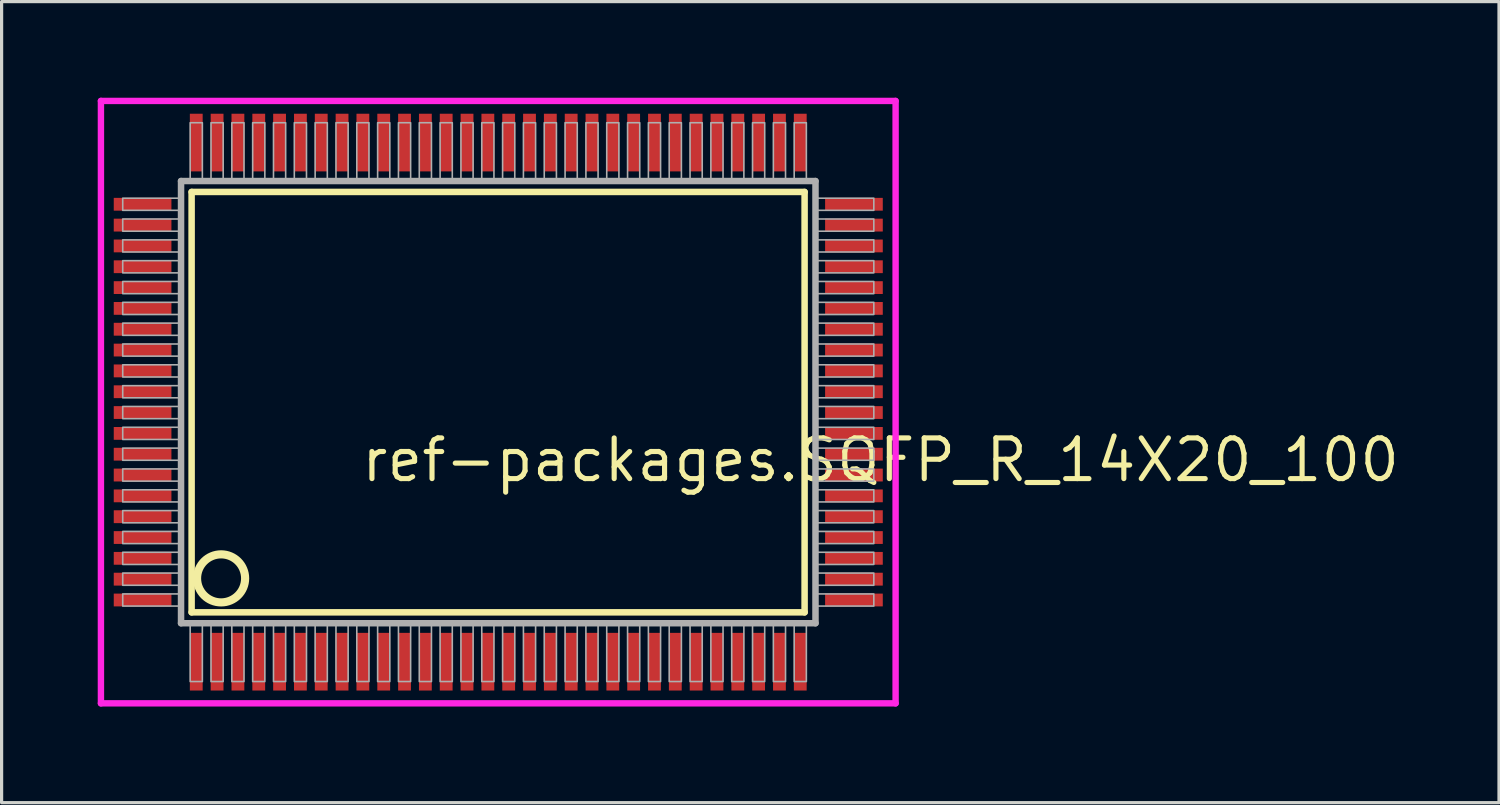
<source format=kicad_pcb>
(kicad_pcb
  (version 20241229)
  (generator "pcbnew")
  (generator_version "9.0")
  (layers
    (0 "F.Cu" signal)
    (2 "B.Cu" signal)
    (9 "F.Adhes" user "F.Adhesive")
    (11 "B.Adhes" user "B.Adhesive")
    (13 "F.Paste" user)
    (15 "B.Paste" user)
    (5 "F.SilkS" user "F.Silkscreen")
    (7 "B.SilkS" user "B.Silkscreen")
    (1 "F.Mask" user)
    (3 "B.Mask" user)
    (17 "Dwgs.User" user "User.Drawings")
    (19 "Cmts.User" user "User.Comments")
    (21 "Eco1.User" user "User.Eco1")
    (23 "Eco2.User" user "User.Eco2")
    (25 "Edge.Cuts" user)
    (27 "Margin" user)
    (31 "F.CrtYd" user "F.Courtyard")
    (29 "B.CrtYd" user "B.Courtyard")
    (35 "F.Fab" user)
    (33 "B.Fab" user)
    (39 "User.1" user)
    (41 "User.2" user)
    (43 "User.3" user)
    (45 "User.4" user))
  (footprint "ref-packages.SQFP_R_14X20_100"
    (layer "F.Cu")
    (at 12.5 9.5)
    (property "Reference" "ref-packages.SQFP_R_14X20_100" (at -4.35 2.55 0) (layer "F.SilkS") (effects (font (size 1.27 1.27) (thickness 0.16)) (justify left bottom)))
    (attr smd)
    (fp_line (start -9.57 -6.56) (end 9.56 -6.56) (stroke (width 0.203) (type default)) (layer "F.SilkS"))
    (fp_line (start -9.57 6.56) (end -9.57 -6.56) (stroke (width 0.203) (type default)) (layer "F.SilkS"))
    (fp_line (start 9.56 -6.56) (end 9.56 6.56) (stroke (width 0.203) (type default)) (layer "F.SilkS"))
    (fp_line (start 9.56 6.56) (end -9.57 6.56) (stroke (width 0.203) (type default)) (layer "F.SilkS"))
    (fp_circle (center -8.65 5.5) (end -7.9 5.5) (stroke (width 0.254) (type default)) (fill no) (layer "F.SilkS"))
    (fp_line (start -12.4 -9.4) (end 12.4 -9.4) (stroke (width 0.2) (type default)) (layer "F.CrtYd"))
    (fp_line (start -12.4 9.4) (end -12.4 -9.4) (stroke (width 0.2) (type default)) (layer "F.CrtYd"))
    (fp_line (start 12.4 -9.4) (end 12.4 9.4) (stroke (width 0.2) (type default)) (layer "F.CrtYd"))
    (fp_line (start 12.4 9.4) (end -12.4 9.4) (stroke (width 0.2) (type default)) (layer "F.CrtYd"))
    (fp_line (start -9.9 -6.9) (end -9.9 6.9) (stroke (width 0.203) (type default)) (layer "F.Fab"))
    (fp_line (start -9.9 6.9) (end 9.9 6.9) (stroke (width 0.203) (type default)) (layer "F.Fab"))
    (fp_line (start 9.9 -6.9) (end -9.9 -6.9) (stroke (width 0.203) (type default)) (layer "F.Fab"))
    (fp_line (start 9.9 6.9) (end 9.9 -6.9) (stroke (width 0.203) (type default)) (layer "F.Fab"))
    (fp_rect (start -11.72 -5.985) (end -9.95 -6.365) (stroke (width 0.05) (type default)) (fill no) (layer "F.Fab"))
    (fp_rect (start -11.72 -5.335) (end -9.95 -5.715) (stroke (width 0.05) (type default)) (fill no) (layer "F.Fab"))
    (fp_rect (start -11.72 -4.685) (end -9.95 -5.065) (stroke (width 0.05) (type default)) (fill no) (layer "F.Fab"))
    (fp_rect (start -11.72 -4.035) (end -9.95 -4.415) (stroke (width 0.05) (type default)) (fill no) (layer "F.Fab"))
    (fp_rect (start -11.72 -3.385) (end -9.95 -3.765) (stroke (width 0.05) (type default)) (fill no) (layer "F.Fab"))
    (fp_rect (start -11.72 -2.735) (end -9.95 -3.115) (stroke (width 0.05) (type default)) (fill no) (layer "F.Fab"))
    (fp_rect (start -11.72 -2.085) (end -9.95 -2.465) (stroke (width 0.05) (type default)) (fill no) (layer "F.Fab"))
    (fp_rect (start -11.72 -1.435) (end -9.95 -1.815) (stroke (width 0.05) (type default)) (fill no) (layer "F.Fab"))
    (fp_rect (start -11.72 -0.785) (end -9.95 -1.165) (stroke (width 0.05) (type default)) (fill no) (layer "F.Fab"))
    (fp_rect (start -11.72 -0.135) (end -9.95 -0.515) (stroke (width 0.05) (type default)) (fill no) (layer "F.Fab"))
    (fp_rect (start -11.72 0.515) (end -9.95 0.135) (stroke (width 0.05) (type default)) (fill no) (layer "F.Fab"))
    (fp_rect (start -11.72 1.165) (end -9.95 0.785) (stroke (width 0.05) (type default)) (fill no) (layer "F.Fab"))
    (fp_rect (start -11.72 1.815) (end -9.95 1.435) (stroke (width 0.05) (type default)) (fill no) (layer "F.Fab"))
    (fp_rect (start -11.72 2.465) (end -9.95 2.085) (stroke (width 0.05) (type default)) (fill no) (layer "F.Fab"))
    (fp_rect (start -11.72 3.115) (end -9.95 2.735) (stroke (width 0.05) (type default)) (fill no) (layer "F.Fab"))
    (fp_rect (start -11.72 3.765) (end -9.95 3.385) (stroke (width 0.05) (type default)) (fill no) (layer "F.Fab"))
    (fp_rect (start -11.72 4.415) (end -9.95 4.035) (stroke (width 0.05) (type default)) (fill no) (layer "F.Fab"))
    (fp_rect (start -11.72 5.065) (end -9.95 4.685) (stroke (width 0.05) (type default)) (fill no) (layer "F.Fab"))
    (fp_rect (start -11.72 5.715) (end -9.95 5.335) (stroke (width 0.05) (type default)) (fill no) (layer "F.Fab"))
    (fp_rect (start -11.72 6.365) (end -9.95 5.985) (stroke (width 0.05) (type default)) (fill no) (layer "F.Fab"))
    (fp_rect (start -9.615 -6.95) (end -9.235 -8.72) (stroke (width 0.05) (type default)) (fill no) (layer "F.Fab"))
    (fp_rect (start -9.615 8.72) (end -9.235 6.95) (stroke (width 0.05) (type default)) (fill no) (layer "F.Fab"))
    (fp_rect (start -8.965 -6.95) (end -8.585 -8.72) (stroke (width 0.05) (type default)) (fill no) (layer "F.Fab"))
    (fp_rect (start -8.965 8.72) (end -8.585 6.95) (stroke (width 0.05) (type default)) (fill no) (layer "F.Fab"))
    (fp_rect (start -8.315 -6.95) (end -7.935 -8.72) (stroke (width 0.05) (type default)) (fill no) (layer "F.Fab"))
    (fp_rect (start -8.315 8.72) (end -7.935 6.95) (stroke (width 0.05) (type default)) (fill no) (layer "F.Fab"))
    (fp_rect (start -7.665 -6.95) (end -7.285 -8.72) (stroke (width 0.05) (type default)) (fill no) (layer "F.Fab"))
    (fp_rect (start -7.665 8.72) (end -7.285 6.95) (stroke (width 0.05) (type default)) (fill no) (layer "F.Fab"))
    (fp_rect (start -7.015 -6.95) (end -6.635 -8.72) (stroke (width 0.05) (type default)) (fill no) (layer "F.Fab"))
    (fp_rect (start -7.015 8.72) (end -6.635 6.95) (stroke (width 0.05) (type default)) (fill no) (layer "F.Fab"))
    (fp_rect (start -6.365 -6.95) (end -5.985 -8.72) (stroke (width 0.05) (type default)) (fill no) (layer "F.Fab"))
    (fp_rect (start -6.365 8.72) (end -5.985 6.95) (stroke (width 0.05) (type default)) (fill no) (layer "F.Fab"))
    (fp_rect (start -5.715 -6.95) (end -5.335 -8.72) (stroke (width 0.05) (type default)) (fill no) (layer "F.Fab"))
    (fp_rect (start -5.715 8.72) (end -5.335 6.95) (stroke (width 0.05) (type default)) (fill no) (layer "F.Fab"))
    (fp_rect (start -5.065 -6.95) (end -4.685 -8.72) (stroke (width 0.05) (type default)) (fill no) (layer "F.Fab"))
    (fp_rect (start -5.065 8.72) (end -4.685 6.95) (stroke (width 0.05) (type default)) (fill no) (layer "F.Fab"))
    (fp_rect (start -4.415 -6.95) (end -4.035 -8.72) (stroke (width 0.05) (type default)) (fill no) (layer "F.Fab"))
    (fp_rect (start -4.415 8.72) (end -4.035 6.95) (stroke (width 0.05) (type default)) (fill no) (layer "F.Fab"))
    (fp_rect (start -3.765 -6.95) (end -3.385 -8.72) (stroke (width 0.05) (type default)) (fill no) (layer "F.Fab"))
    (fp_rect (start -3.765 8.72) (end -3.385 6.95) (stroke (width 0.05) (type default)) (fill no) (layer "F.Fab"))
    (fp_rect (start -3.115 -6.95) (end -2.735 -8.72) (stroke (width 0.05) (type default)) (fill no) (layer "F.Fab"))
    (fp_rect (start -3.115 8.72) (end -2.735 6.95) (stroke (width 0.05) (type default)) (fill no) (layer "F.Fab"))
    (fp_rect (start -2.465 -6.95) (end -2.085 -8.72) (stroke (width 0.05) (type default)) (fill no) (layer "F.Fab"))
    (fp_rect (start -2.465 8.72) (end -2.085 6.95) (stroke (width 0.05) (type default)) (fill no) (layer "F.Fab"))
    (fp_rect (start -1.815 -6.95) (end -1.435 -8.72) (stroke (width 0.05) (type default)) (fill no) (layer "F.Fab"))
    (fp_rect (start -1.815 8.72) (end -1.435 6.95) (stroke (width 0.05) (type default)) (fill no) (layer "F.Fab"))
    (fp_rect (start -1.165 -6.95) (end -0.785 -8.72) (stroke (width 0.05) (type default)) (fill no) (layer "F.Fab"))
    (fp_rect (start -1.165 8.72) (end -0.785 6.95) (stroke (width 0.05) (type default)) (fill no) (layer "F.Fab"))
    (fp_rect (start -0.515 -6.95) (end -0.135 -8.72) (stroke (width 0.05) (type default)) (fill no) (layer "F.Fab"))
    (fp_rect (start -0.515 8.72) (end -0.135 6.95) (stroke (width 0.05) (type default)) (fill no) (layer "F.Fab"))
    (fp_rect (start 0.135 -6.95) (end 0.515 -8.72) (stroke (width 0.05) (type default)) (fill no) (layer "F.Fab"))
    (fp_rect (start 0.135 8.72) (end 0.515 6.95) (stroke (width 0.05) (type default)) (fill no) (layer "F.Fab"))
    (fp_rect (start 0.785 -6.95) (end 1.165 -8.72) (stroke (width 0.05) (type default)) (fill no) (layer "F.Fab"))
    (fp_rect (start 0.785 8.72) (end 1.165 6.95) (stroke (width 0.05) (type default)) (fill no) (layer "F.Fab"))
    (fp_rect (start 1.435 -6.95) (end 1.815 -8.72) (stroke (width 0.05) (type default)) (fill no) (layer "F.Fab"))
    (fp_rect (start 1.435 8.72) (end 1.815 6.95) (stroke (width 0.05) (type default)) (fill no) (layer "F.Fab"))
    (fp_rect (start 2.085 -6.95) (end 2.465 -8.72) (stroke (width 0.05) (type default)) (fill no) (layer "F.Fab"))
    (fp_rect (start 2.085 8.72) (end 2.465 6.95) (stroke (width 0.05) (type default)) (fill no) (layer "F.Fab"))
    (fp_rect (start 2.735 -6.95) (end 3.115 -8.72) (stroke (width 0.05) (type default)) (fill no) (layer "F.Fab"))
    (fp_rect (start 2.735 8.72) (end 3.115 6.95) (stroke (width 0.05) (type default)) (fill no) (layer "F.Fab"))
    (fp_rect (start 3.385 -6.95) (end 3.765 -8.72) (stroke (width 0.05) (type default)) (fill no) (layer "F.Fab"))
    (fp_rect (start 3.385 8.72) (end 3.765 6.95) (stroke (width 0.05) (type default)) (fill no) (layer "F.Fab"))
    (fp_rect (start 4.035 -6.95) (end 4.415 -8.72) (stroke (width 0.05) (type default)) (fill no) (layer "F.Fab"))
    (fp_rect (start 4.035 8.72) (end 4.415 6.95) (stroke (width 0.05) (type default)) (fill no) (layer "F.Fab"))
    (fp_rect (start 4.685 -6.95) (end 5.065 -8.72) (stroke (width 0.05) (type default)) (fill no) (layer "F.Fab"))
    (fp_rect (start 4.685 8.72) (end 5.065 6.95) (stroke (width 0.05) (type default)) (fill no) (layer "F.Fab"))
    (fp_rect (start 5.335 -6.95) (end 5.715 -8.72) (stroke (width 0.05) (type default)) (fill no) (layer "F.Fab"))
    (fp_rect (start 5.335 8.72) (end 5.715 6.95) (stroke (width 0.05) (type default)) (fill no) (layer "F.Fab"))
    (fp_rect (start 5.985 -6.95) (end 6.365 -8.72) (stroke (width 0.05) (type default)) (fill no) (layer "F.Fab"))
    (fp_rect (start 5.985 8.72) (end 6.365 6.95) (stroke (width 0.05) (type default)) (fill no) (layer "F.Fab"))
    (fp_rect (start 6.635 -6.95) (end 7.015 -8.72) (stroke (width 0.05) (type default)) (fill no) (layer "F.Fab"))
    (fp_rect (start 6.635 8.72) (end 7.015 6.95) (stroke (width 0.05) (type default)) (fill no) (layer "F.Fab"))
    (fp_rect (start 7.285 -6.95) (end 7.665 -8.72) (stroke (width 0.05) (type default)) (fill no) (layer "F.Fab"))
    (fp_rect (start 7.285 8.72) (end 7.665 6.95) (stroke (width 0.05) (type default)) (fill no) (layer "F.Fab"))
    (fp_rect (start 7.935 -6.95) (end 8.315 -8.72) (stroke (width 0.05) (type default)) (fill no) (layer "F.Fab"))
    (fp_rect (start 7.935 8.72) (end 8.315 6.95) (stroke (width 0.05) (type default)) (fill no) (layer "F.Fab"))
    (fp_rect (start 8.585 -6.95) (end 8.965 -8.72) (stroke (width 0.05) (type default)) (fill no) (layer "F.Fab"))
    (fp_rect (start 8.585 8.72) (end 8.965 6.95) (stroke (width 0.05) (type default)) (fill no) (layer "F.Fab"))
    (fp_rect (start 9.235 -6.95) (end 9.615 -8.72) (stroke (width 0.05) (type default)) (fill no) (layer "F.Fab"))
    (fp_rect (start 9.235 8.72) (end 9.615 6.95) (stroke (width 0.05) (type default)) (fill no) (layer "F.Fab"))
    (fp_rect (start 9.95 -5.985) (end 11.72 -6.365) (stroke (width 0.05) (type default)) (fill no) (layer "F.Fab"))
    (fp_rect (start 9.95 -5.335) (end 11.72 -5.715) (stroke (width 0.05) (type default)) (fill no) (layer "F.Fab"))
    (fp_rect (start 9.95 -4.685) (end 11.72 -5.065) (stroke (width 0.05) (type default)) (fill no) (layer "F.Fab"))
    (fp_rect (start 9.95 -4.035) (end 11.72 -4.415) (stroke (width 0.05) (type default)) (fill no) (layer "F.Fab"))
    (fp_rect (start 9.95 -3.385) (end 11.72 -3.765) (stroke (width 0.05) (type default)) (fill no) (layer "F.Fab"))
    (fp_rect (start 9.95 -2.735) (end 11.72 -3.115) (stroke (width 0.05) (type default)) (fill no) (layer "F.Fab"))
    (fp_rect (start 9.95 -2.085) (end 11.72 -2.465) (stroke (width 0.05) (type default)) (fill no) (layer "F.Fab"))
    (fp_rect (start 9.95 -1.435) (end 11.72 -1.815) (stroke (width 0.05) (type default)) (fill no) (layer "F.Fab"))
    (fp_rect (start 9.95 -0.785) (end 11.72 -1.165) (stroke (width 0.05) (type default)) (fill no) (layer "F.Fab"))
    (fp_rect (start 9.95 -0.135) (end 11.72 -0.515) (stroke (width 0.05) (type default)) (fill no) (layer "F.Fab"))
    (fp_rect (start 9.95 0.515) (end 11.72 0.135) (stroke (width 0.05) (type default)) (fill no) (layer "F.Fab"))
    (fp_rect (start 9.95 1.165) (end 11.72 0.785) (stroke (width 0.05) (type default)) (fill no) (layer "F.Fab"))
    (fp_rect (start 9.95 1.815) (end 11.72 1.435) (stroke (width 0.05) (type default)) (fill no) (layer "F.Fab"))
    (fp_rect (start 9.95 2.465) (end 11.72 2.085) (stroke (width 0.05) (type default)) (fill no) (layer "F.Fab"))
    (fp_rect (start 9.95 3.115) (end 11.72 2.735) (stroke (width 0.05) (type default)) (fill no) (layer "F.Fab"))
    (fp_rect (start 9.95 3.765) (end 11.72 3.385) (stroke (width 0.05) (type default)) (fill no) (layer "F.Fab"))
    (fp_rect (start 9.95 4.415) (end 11.72 4.035) (stroke (width 0.05) (type default)) (fill no) (layer "F.Fab"))
    (fp_rect (start 9.95 5.065) (end 11.72 4.685) (stroke (width 0.05) (type default)) (fill no) (layer "F.Fab"))
    (fp_rect (start 9.95 5.715) (end 11.72 5.335) (stroke (width 0.05) (type default)) (fill no) (layer "F.Fab"))
    (fp_rect (start 9.95 6.365) (end 11.72 5.985) (stroke (width 0.05) (type default)) (fill no) (layer "F.Fab"))
    (pad "1" smd roundrect (at -9.425 8.1) (size 0.4 1.8) (layers "F.Cu" "F.Mask" "F.Paste") (roundrect_rratio 0.01))
    (pad "2" smd roundrect (at -8.775 8.1) (size 0.4 1.8) (layers "F.Cu" "F.Mask" "F.Paste") (roundrect_rratio 0.01))
    (pad "3" smd roundrect (at -8.125 8.1) (size 0.4 1.8) (layers "F.Cu" "F.Mask" "F.Paste") (roundrect_rratio 0.01))
    (pad "4" smd roundrect (at -7.475 8.1) (size 0.4 1.8) (layers "F.Cu" "F.Mask" "F.Paste") (roundrect_rratio 0.01))
    (pad "5" smd roundrect (at -6.825 8.1) (size 0.4 1.8) (layers "F.Cu" "F.Mask" "F.Paste") (roundrect_rratio 0.01))
    (pad "6" smd roundrect (at -6.175 8.1) (size 0.4 1.8) (layers "F.Cu" "F.Mask" "F.Paste") (roundrect_rratio 0.01))
    (pad "7" smd roundrect (at -5.525 8.1) (size 0.4 1.8) (layers "F.Cu" "F.Mask" "F.Paste") (roundrect_rratio 0.01))
    (pad "8" smd roundrect (at -4.875 8.1) (size 0.4 1.8) (layers "F.Cu" "F.Mask" "F.Paste") (roundrect_rratio 0.01))
    (pad "9" smd roundrect (at -4.225 8.1) (size 0.4 1.8) (layers "F.Cu" "F.Mask" "F.Paste") (roundrect_rratio 0.01))
    (pad "10" smd roundrect (at -3.575 8.1) (size 0.4 1.8) (layers "F.Cu" "F.Mask" "F.Paste") (roundrect_rratio 0.01))
    (pad "11" smd roundrect (at -2.925 8.1) (size 0.4 1.8) (layers "F.Cu" "F.Mask" "F.Paste") (roundrect_rratio 0.01))
    (pad "12" smd roundrect (at -2.275 8.1) (size 0.4 1.8) (layers "F.Cu" "F.Mask" "F.Paste") (roundrect_rratio 0.01))
    (pad "13" smd roundrect (at -1.625 8.1) (size 0.4 1.8) (layers "F.Cu" "F.Mask" "F.Paste") (roundrect_rratio 0.01))
    (pad "14" smd roundrect (at -0.975 8.1) (size 0.4 1.8) (layers "F.Cu" "F.Mask" "F.Paste") (roundrect_rratio 0.01))
    (pad "15" smd roundrect (at -0.325 8.1) (size 0.4 1.8) (layers "F.Cu" "F.Mask" "F.Paste") (roundrect_rratio 0.01))
    (pad "16" smd roundrect (at 0.325 8.1) (size 0.4 1.8) (layers "F.Cu" "F.Mask" "F.Paste") (roundrect_rratio 0.01))
    (pad "17" smd roundrect (at 0.975 8.1) (size 0.4 1.8) (layers "F.Cu" "F.Mask" "F.Paste") (roundrect_rratio 0.01))
    (pad "18" smd roundrect (at 1.625 8.1) (size 0.4 1.8) (layers "F.Cu" "F.Mask" "F.Paste") (roundrect_rratio 0.01))
    (pad "19" smd roundrect (at 2.275 8.1) (size 0.4 1.8) (layers "F.Cu" "F.Mask" "F.Paste") (roundrect_rratio 0.01))
    (pad "20" smd roundrect (at 2.925 8.1) (size 0.4 1.8) (layers "F.Cu" "F.Mask" "F.Paste") (roundrect_rratio 0.01))
    (pad "21" smd roundrect (at 3.575 8.1) (size 0.4 1.8) (layers "F.Cu" "F.Mask" "F.Paste") (roundrect_rratio 0.01))
    (pad "22" smd roundrect (at 4.225 8.1) (size 0.4 1.8) (layers "F.Cu" "F.Mask" "F.Paste") (roundrect_rratio 0.01))
    (pad "23" smd roundrect (at 4.875 8.1) (size 0.4 1.8) (layers "F.Cu" "F.Mask" "F.Paste") (roundrect_rratio 0.01))
    (pad "24" smd roundrect (at 5.525 8.1) (size 0.4 1.8) (layers "F.Cu" "F.Mask" "F.Paste") (roundrect_rratio 0.01))
    (pad "25" smd roundrect (at 6.175 8.1) (size 0.4 1.8) (layers "F.Cu" "F.Mask" "F.Paste") (roundrect_rratio 0.01))
    (pad "26" smd roundrect (at 6.825 8.1) (size 0.4 1.8) (layers "F.Cu" "F.Mask" "F.Paste") (roundrect_rratio 0.01))
    (pad "27" smd roundrect (at 7.475 8.1) (size 0.4 1.8) (layers "F.Cu" "F.Mask" "F.Paste") (roundrect_rratio 0.01))
    (pad "28" smd roundrect (at 8.125 8.1) (size 0.4 1.8) (layers "F.Cu" "F.Mask" "F.Paste") (roundrect_rratio 0.01))
    (pad "29" smd roundrect (at 8.775 8.1) (size 0.4 1.8) (layers "F.Cu" "F.Mask" "F.Paste") (roundrect_rratio 0.01))
    (pad "30" smd roundrect (at 9.425 8.1) (size 0.4 1.8) (layers "F.Cu" "F.Mask" "F.Paste") (roundrect_rratio 0.01))
    (pad "31" smd roundrect (at 11.1 6.175) (size 1.8 0.4) (layers "F.Cu" "F.Mask" "F.Paste") (roundrect_rratio 0.01))
    (pad "32" smd roundrect (at 11.1 5.525) (size 1.8 0.4) (layers "F.Cu" "F.Mask" "F.Paste") (roundrect_rratio 0.01))
    (pad "33" smd roundrect (at 11.1 4.875) (size 1.8 0.4) (layers "F.Cu" "F.Mask" "F.Paste") (roundrect_rratio 0.01))
    (pad "34" smd roundrect (at 11.1 4.225) (size 1.8 0.4) (layers "F.Cu" "F.Mask" "F.Paste") (roundrect_rratio 0.01))
    (pad "35" smd roundrect (at 11.1 3.575) (size 1.8 0.4) (layers "F.Cu" "F.Mask" "F.Paste") (roundrect_rratio 0.01))
    (pad "36" smd roundrect (at 11.1 2.925) (size 1.8 0.4) (layers "F.Cu" "F.Mask" "F.Paste") (roundrect_rratio 0.01))
    (pad "37" smd roundrect (at 11.1 2.275) (size 1.8 0.4) (layers "F.Cu" "F.Mask" "F.Paste") (roundrect_rratio 0.01))
    (pad "38" smd roundrect (at 11.1 1.625) (size 1.8 0.4) (layers "F.Cu" "F.Mask" "F.Paste") (roundrect_rratio 0.01))
    (pad "39" smd roundrect (at 11.1 0.975) (size 1.8 0.4) (layers "F.Cu" "F.Mask" "F.Paste") (roundrect_rratio 0.01))
    (pad "40" smd roundrect (at 11.1 0.325) (size 1.8 0.4) (layers "F.Cu" "F.Mask" "F.Paste") (roundrect_rratio 0.01))
    (pad "41" smd roundrect (at 11.1 -0.325) (size 1.8 0.4) (layers "F.Cu" "F.Mask" "F.Paste") (roundrect_rratio 0.01))
    (pad "42" smd roundrect (at 11.1 -0.975) (size 1.8 0.4) (layers "F.Cu" "F.Mask" "F.Paste") (roundrect_rratio 0.01))
    (pad "43" smd roundrect (at 11.1 -1.625) (size 1.8 0.4) (layers "F.Cu" "F.Mask" "F.Paste") (roundrect_rratio 0.01))
    (pad "44" smd roundrect (at 11.1 -2.275) (size 1.8 0.4) (layers "F.Cu" "F.Mask" "F.Paste") (roundrect_rratio 0.01))
    (pad "45" smd roundrect (at 11.1 -2.925) (size 1.8 0.4) (layers "F.Cu" "F.Mask" "F.Paste") (roundrect_rratio 0.01))
    (pad "46" smd roundrect (at 11.1 -3.575) (size 1.8 0.4) (layers "F.Cu" "F.Mask" "F.Paste") (roundrect_rratio 0.01))
    (pad "47" smd roundrect (at 11.1 -4.225) (size 1.8 0.4) (layers "F.Cu" "F.Mask" "F.Paste") (roundrect_rratio 0.01))
    (pad "48" smd roundrect (at 11.1 -4.875) (size 1.8 0.4) (layers "F.Cu" "F.Mask" "F.Paste") (roundrect_rratio 0.01))
    (pad "49" smd roundrect (at 11.1 -5.525) (size 1.8 0.4) (layers "F.Cu" "F.Mask" "F.Paste") (roundrect_rratio 0.01))
    (pad "50" smd roundrect (at 11.1 -6.175) (size 1.8 0.4) (layers "F.Cu" "F.Mask" "F.Paste") (roundrect_rratio 0.01))
    (pad "51" smd roundrect (at 9.425 -8.1) (size 0.4 1.8) (layers "F.Cu" "F.Mask" "F.Paste") (roundrect_rratio 0.01))
    (pad "52" smd roundrect (at 8.775 -8.1) (size 0.4 1.8) (layers "F.Cu" "F.Mask" "F.Paste") (roundrect_rratio 0.01))
    (pad "53" smd roundrect (at 8.125 -8.1) (size 0.4 1.8) (layers "F.Cu" "F.Mask" "F.Paste") (roundrect_rratio 0.01))
    (pad "54" smd roundrect (at 7.475 -8.1) (size 0.4 1.8) (layers "F.Cu" "F.Mask" "F.Paste") (roundrect_rratio 0.01))
    (pad "55" smd roundrect (at 6.825 -8.1) (size 0.4 1.8) (layers "F.Cu" "F.Mask" "F.Paste") (roundrect_rratio 0.01))
    (pad "56" smd roundrect (at 6.175 -8.1) (size 0.4 1.8) (layers "F.Cu" "F.Mask" "F.Paste") (roundrect_rratio 0.01))
    (pad "57" smd roundrect (at 5.525 -8.1) (size 0.4 1.8) (layers "F.Cu" "F.Mask" "F.Paste") (roundrect_rratio 0.01))
    (pad "58" smd roundrect (at 4.875 -8.1) (size 0.4 1.8) (layers "F.Cu" "F.Mask" "F.Paste") (roundrect_rratio 0.01))
    (pad "59" smd roundrect (at 4.225 -8.1) (size 0.4 1.8) (layers "F.Cu" "F.Mask" "F.Paste") (roundrect_rratio 0.01))
    (pad "60" smd roundrect (at 3.575 -8.1) (size 0.4 1.8) (layers "F.Cu" "F.Mask" "F.Paste") (roundrect_rratio 0.01))
    (pad "61" smd roundrect (at 2.925 -8.1) (size 0.4 1.8) (layers "F.Cu" "F.Mask" "F.Paste") (roundrect_rratio 0.01))
    (pad "62" smd roundrect (at 2.275 -8.1) (size 0.4 1.8) (layers "F.Cu" "F.Mask" "F.Paste") (roundrect_rratio 0.01))
    (pad "63" smd roundrect (at 1.625 -8.1) (size 0.4 1.8) (layers "F.Cu" "F.Mask" "F.Paste") (roundrect_rratio 0.01))
    (pad "64" smd roundrect (at 0.975 -8.1) (size 0.4 1.8) (layers "F.Cu" "F.Mask" "F.Paste") (roundrect_rratio 0.01))
    (pad "65" smd roundrect (at 0.325 -8.1) (size 0.4 1.8) (layers "F.Cu" "F.Mask" "F.Paste") (roundrect_rratio 0.01))
    (pad "66" smd roundrect (at -0.325 -8.1) (size 0.4 1.8) (layers "F.Cu" "F.Mask" "F.Paste") (roundrect_rratio 0.01))
    (pad "67" smd roundrect (at -0.975 -8.1) (size 0.4 1.8) (layers "F.Cu" "F.Mask" "F.Paste") (roundrect_rratio 0.01))
    (pad "68" smd roundrect (at -1.625 -8.1) (size 0.4 1.8) (layers "F.Cu" "F.Mask" "F.Paste") (roundrect_rratio 0.01))
    (pad "69" smd roundrect (at -2.275 -8.1) (size 0.4 1.8) (layers "F.Cu" "F.Mask" "F.Paste") (roundrect_rratio 0.01))
    (pad "70" smd roundrect (at -2.925 -8.1) (size 0.4 1.8) (layers "F.Cu" "F.Mask" "F.Paste") (roundrect_rratio 0.01))
    (pad "71" smd roundrect (at -3.575 -8.1) (size 0.4 1.8) (layers "F.Cu" "F.Mask" "F.Paste") (roundrect_rratio 0.01))
    (pad "72" smd roundrect (at -4.225 -8.1) (size 0.4 1.8) (layers "F.Cu" "F.Mask" "F.Paste") (roundrect_rratio 0.01))
    (pad "73" smd roundrect (at -4.875 -8.1) (size 0.4 1.8) (layers "F.Cu" "F.Mask" "F.Paste") (roundrect_rratio 0.01))
    (pad "74" smd roundrect (at -5.525 -8.1) (size 0.4 1.8) (layers "F.Cu" "F.Mask" "F.Paste") (roundrect_rratio 0.01))
    (pad "75" smd roundrect (at -6.175 -8.1) (size 0.4 1.8) (layers "F.Cu" "F.Mask" "F.Paste") (roundrect_rratio 0.01))
    (pad "76" smd roundrect (at -6.825 -8.1) (size 0.4 1.8) (layers "F.Cu" "F.Mask" "F.Paste") (roundrect_rratio 0.01))
    (pad "77" smd roundrect (at -7.475 -8.1) (size 0.4 1.8) (layers "F.Cu" "F.Mask" "F.Paste") (roundrect_rratio 0.01))
    (pad "78" smd roundrect (at -8.125 -8.1) (size 0.4 1.8) (layers "F.Cu" "F.Mask" "F.Paste") (roundrect_rratio 0.01))
    (pad "79" smd roundrect (at -8.775 -8.1) (size 0.4 1.8) (layers "F.Cu" "F.Mask" "F.Paste") (roundrect_rratio 0.01))
    (pad "80" smd roundrect (at -9.425 -8.1) (size 0.4 1.8) (layers "F.Cu" "F.Mask" "F.Paste") (roundrect_rratio 0.01))
    (pad "81" smd roundrect (at -11.1 -6.175) (size 1.8 0.4) (layers "F.Cu" "F.Mask" "F.Paste") (roundrect_rratio 0.01))
    (pad "82" smd roundrect (at -11.1 -5.525) (size 1.8 0.4) (layers "F.Cu" "F.Mask" "F.Paste") (roundrect_rratio 0.01))
    (pad "83" smd roundrect (at -11.1 -4.875) (size 1.8 0.4) (layers "F.Cu" "F.Mask" "F.Paste") (roundrect_rratio 0.01))
    (pad "84" smd roundrect (at -11.1 -4.225) (size 1.8 0.4) (layers "F.Cu" "F.Mask" "F.Paste") (roundrect_rratio 0.01))
    (pad "85" smd roundrect (at -11.1 -3.575) (size 1.8 0.4) (layers "F.Cu" "F.Mask" "F.Paste") (roundrect_rratio 0.01))
    (pad "86" smd roundrect (at -11.1 -2.925) (size 1.8 0.4) (layers "F.Cu" "F.Mask" "F.Paste") (roundrect_rratio 0.01))
    (pad "87" smd roundrect (at -11.1 -2.275) (size 1.8 0.4) (layers "F.Cu" "F.Mask" "F.Paste") (roundrect_rratio 0.01))
    (pad "88" smd roundrect (at -11.1 -1.625) (size 1.8 0.4) (layers "F.Cu" "F.Mask" "F.Paste") (roundrect_rratio 0.01))
    (pad "89" smd roundrect (at -11.1 -0.975) (size 1.8 0.4) (layers "F.Cu" "F.Mask" "F.Paste") (roundrect_rratio 0.01))
    (pad "90" smd roundrect (at -11.1 -0.325) (size 1.8 0.4) (layers "F.Cu" "F.Mask" "F.Paste") (roundrect_rratio 0.01))
    (pad "91" smd roundrect (at -11.1 0.325) (size 1.8 0.4) (layers "F.Cu" "F.Mask" "F.Paste") (roundrect_rratio 0.01))
    (pad "92" smd roundrect (at -11.1 0.975) (size 1.8 0.4) (layers "F.Cu" "F.Mask" "F.Paste") (roundrect_rratio 0.01))
    (pad "93" smd roundrect (at -11.1 1.625) (size 1.8 0.4) (layers "F.Cu" "F.Mask" "F.Paste") (roundrect_rratio 0.01))
    (pad "94" smd roundrect (at -11.1 2.275) (size 1.8 0.4) (layers "F.Cu" "F.Mask" "F.Paste") (roundrect_rratio 0.01))
    (pad "95" smd roundrect (at -11.1 2.925) (size 1.8 0.4) (layers "F.Cu" "F.Mask" "F.Paste") (roundrect_rratio 0.01))
    (pad "96" smd roundrect (at -11.1 3.575) (size 1.8 0.4) (layers "F.Cu" "F.Mask" "F.Paste") (roundrect_rratio 0.01))
    (pad "97" smd roundrect (at -11.1 4.225) (size 1.8 0.4) (layers "F.Cu" "F.Mask" "F.Paste") (roundrect_rratio 0.01))
    (pad "98" smd roundrect (at -11.1 4.875) (size 1.8 0.4) (layers "F.Cu" "F.Mask" "F.Paste") (roundrect_rratio 0.01))
    (pad "99" smd roundrect (at -11.1 5.525) (size 1.8 0.4) (layers "F.Cu" "F.Mask" "F.Paste") (roundrect_rratio 0.01))
    (pad "100" smd roundrect (at -11.1 6.175) (size 1.8 0.4) (layers "F.Cu" "F.Mask" "F.Paste") (roundrect_rratio 0.01)))
  (gr_rect
    (start -3 -3)
    (end 43.731 22)
    (stroke (width 0.1) (type default))
    (fill no)
    (layer "Edge.Cuts")))
</source>
